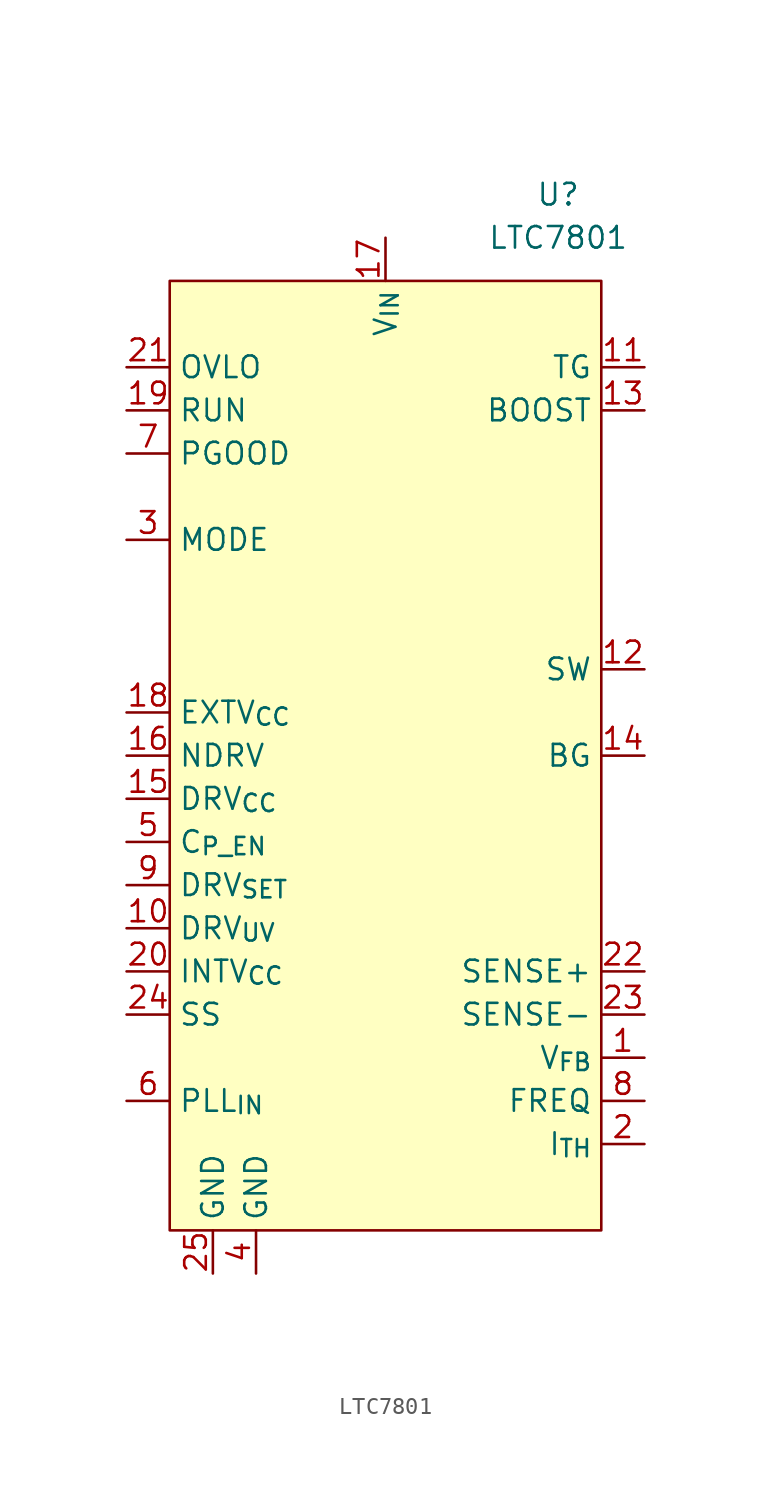
<source format=kicad_sym>
(kicad_symbol_lib
  (version 20210619)
  (generator kicad_symbol_editor)
  (symbol "ulib_Sync_Buck_Controller:LTC7801"
    (property "Reference" "U"
      (at 10.16 33.02 0)
      (effects (font (size 1.27 1.27))))
    (property "Value" "LTC7801"
      (at 10.16 30.48 0)
      (effects (font (size 1.27 1.27))))
    (symbol "LTC7801_0_0"
      (pin input line (at -15.24 -10.16 0) (length 2.54) (name "DRV_{UV}" (effects (font (size 1.27 1.27)))) (number "10" (effects (font (size 1.27 1.27)))))
      (pin input line (at 15.24 22.86 180) (length 2.54) (name "TG" (effects (font (size 1.27 1.27)))) (number "11" (effects (font (size 1.27 1.27)))))
      (pin input line (at 15.24 5.08 180) (length 2.54) (name "SW" (effects (font (size 1.27 1.27)))) (number "12" (effects (font (size 1.27 1.27)))))
      (pin input line (at 15.24 20.32 180) (length 2.54) (name "BOOST" (effects (font (size 1.27 1.27)))) (number "13" (effects (font (size 1.27 1.27)))))
      (pin input line (at 15.24 0 180) (length 2.54) (name "BG" (effects (font (size 1.27 1.27)))) (number "14" (effects (font (size 1.27 1.27)))))
      (pin input line (at -15.24 -2.54 0) (length 2.54) (name "DRV_{CC}" (effects (font (size 1.27 1.27)))) (number "15" (effects (font (size 1.27 1.27)))))
      (pin input line (at -15.24 0 0) (length 2.54) (name "NDRV" (effects (font (size 1.27 1.27)))) (number "16" (effects (font (size 1.27 1.27)))))
      (pin input line (at 0 30.48 270) (length 2.54) (name "V_{IN}" (effects (font (size 1.27 1.27)))) (number "17" (effects (font (size 1.27 1.27)))))
      (pin input line (at -15.24 2.54 0) (length 2.54) (name "EXTV_{CC}" (effects (font (size 1.27 1.27)))) (number "18" (effects (font (size 1.27 1.27)))))
      (pin input line (at -15.24 20.32 0) (length 2.54) (name "RUN" (effects (font (size 1.27 1.27)))) (number "19" (effects (font (size 1.27 1.27)))))
      (pin input line (at 15.24 -22.86 180) (length 2.54) (name "I_{TH}" (effects (font (size 1.27 1.27)))) (number "2" (effects (font (size 1.27 1.27)))))
      (pin input line (at -15.24 -12.7 0) (length 2.54) (name "INTV_{CC}" (effects (font (size 1.27 1.27)))) (number "20" (effects (font (size 1.27 1.27)))))
      (pin input line (at -15.24 22.86 0) (length 2.54) (name "OVLO" (effects (font (size 1.27 1.27)))) (number "21" (effects (font (size 1.27 1.27)))))
      (pin input line (at 15.24 -12.7 180) (length 2.54) (name "SENSE+" (effects (font (size 1.27 1.27)))) (number "22" (effects (font (size 1.27 1.27)))))
      (pin input line (at 15.24 -15.24 180) (length 2.54) (name "SENSE-" (effects (font (size 1.27 1.27)))) (number "23" (effects (font (size 1.27 1.27)))))
      (pin input line (at -15.24 -15.24 0) (length 2.54) (name "SS" (effects (font (size 1.27 1.27)))) (number "24" (effects (font (size 1.27 1.27)))))
      (pin input line (at -15.24 12.7 0) (length 2.54) (name "MODE" (effects (font (size 1.27 1.27)))) (number "3" (effects (font (size 1.27 1.27)))))
      (pin input line (at -7.62 -30.48 90) (length 2.54) (name "GND" (effects (font (size 1.27 1.27)))) (number "4" (effects (font (size 1.27 1.27)))))
      (pin input line (at -15.24 -5.08 0) (length 2.54) (name "C_{P_EN}" (effects (font (size 1.27 1.27)))) (number "5" (effects (font (size 1.27 1.27)))))
      (pin input line (at -15.24 -20.32 0) (length 2.54) (name "PLL_{IN}" (effects (font (size 1.27 1.27)))) (number "6" (effects (font (size 1.27 1.27)))))
      (pin input line (at -15.24 17.78 0) (length 2.54) (name "PGOOD" (effects (font (size 1.27 1.27)))) (number "7" (effects (font (size 1.27 1.27)))))
      (pin input line (at 15.24 -20.32 180) (length 2.54) (name "FREQ" (effects (font (size 1.27 1.27)))) (number "8" (effects (font (size 1.27 1.27)))))
      (pin input line (at -15.24 -7.62 0) (length 2.54) (name "DRV_{SET}" (effects (font (size 1.27 1.27)))) (number "9" (effects (font (size 1.27 1.27))))))
    (symbol "LTC7801_0_1"
      (rectangle (start -12.7 27.94) (end 12.7 -27.94) (stroke (width 0.152)) (fill (type background))))
    (symbol "LTC7801_1_1"
      (pin input line (at 15.24 -17.78 180) (length 2.54) (name "V_{FB}" (effects (font (size 1.27 1.27)))) (number "1" (effects (font (size 1.27 1.27)))))
      (pin input line (at -10.16 -30.48 90) (length 2.54) (name "GND" (effects (font (size 1.27 1.27)))) (number "25" (effects (font (size 1.27 1.27))))))))
</source>
